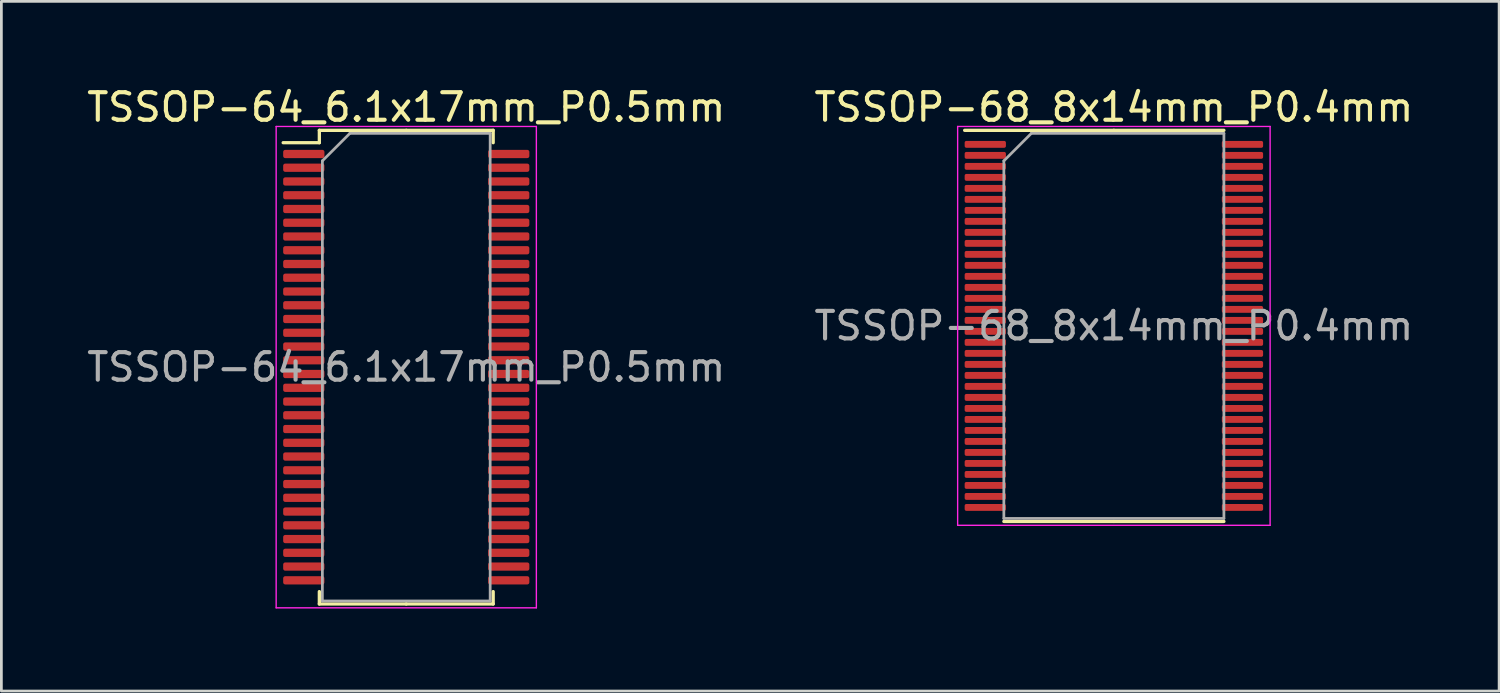
<source format=kicad_pcb>
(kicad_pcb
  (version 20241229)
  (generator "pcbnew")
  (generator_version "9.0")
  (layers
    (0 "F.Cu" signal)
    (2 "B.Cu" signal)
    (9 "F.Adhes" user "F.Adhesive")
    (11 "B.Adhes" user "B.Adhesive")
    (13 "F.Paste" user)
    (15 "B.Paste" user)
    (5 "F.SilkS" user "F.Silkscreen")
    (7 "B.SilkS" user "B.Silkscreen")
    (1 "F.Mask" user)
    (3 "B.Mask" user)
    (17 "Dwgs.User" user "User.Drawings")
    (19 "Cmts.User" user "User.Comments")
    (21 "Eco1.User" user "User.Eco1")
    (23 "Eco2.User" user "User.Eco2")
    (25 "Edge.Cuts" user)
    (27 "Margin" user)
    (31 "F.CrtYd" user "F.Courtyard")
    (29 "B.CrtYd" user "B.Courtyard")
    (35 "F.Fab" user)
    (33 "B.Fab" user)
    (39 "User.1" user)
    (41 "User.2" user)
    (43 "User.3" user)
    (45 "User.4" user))
  (footprint "TSSOP-68_8x14mm_P0.4mm"
    (layer "F.Cu")
    (at 37.446 8.798)
    (property "Reference" "TSSOP-68_8x14mm_P0.4mm" (at 0 -7.95 0) (layer "F.SilkS") (effects (font (size 1 1) (thickness 0.15))))
    (attr smd)
    (fp_line (start 0 -7.11) (end -5.425 -7.11) (stroke (width 0.12) (type solid)) (layer "F.SilkS"))
    (fp_line (start 0 -7.11) (end 4 -7.11) (stroke (width 0.12) (type solid)) (layer "F.SilkS"))
    (fp_line (start 0 7.11) (end -4 7.11) (stroke (width 0.12) (type solid)) (layer "F.SilkS"))
    (fp_line (start 0 7.11) (end 4 7.11) (stroke (width 0.12) (type solid)) (layer "F.SilkS"))
    (fp_line (start -5.68 -7.25) (end -5.68 7.25) (stroke (width 0.05) (type solid)) (layer "F.CrtYd"))
    (fp_line (start -5.68 7.25) (end 5.68 7.25) (stroke (width 0.05) (type solid)) (layer "F.CrtYd"))
    (fp_line (start 5.68 -7.25) (end -5.68 -7.25) (stroke (width 0.05) (type solid)) (layer "F.CrtYd"))
    (fp_line (start 5.68 7.25) (end 5.68 -7.25) (stroke (width 0.05) (type solid)) (layer "F.CrtYd"))
    (fp_line (start -4 -6) (end -3 -7) (stroke (width 0.1) (type solid)) (layer "F.Fab"))
    (fp_line (start -4 7) (end -4 -6) (stroke (width 0.1) (type solid)) (layer "F.Fab"))
    (fp_line (start -3 -7) (end 4 -7) (stroke (width 0.1) (type solid)) (layer "F.Fab"))
    (fp_line (start 4 -7) (end 4 7) (stroke (width 0.1) (type solid)) (layer "F.Fab"))
    (fp_line (start 4 7) (end -4 7) (stroke (width 0.1) (type solid)) (layer "F.Fab"))
    (fp_text user "${REFERENCE}" (at 0 0 0) (layer "F.Fab") (effects (font (size 1 1) (thickness 0.15))))
    (pad "1" smd roundrect (at -4.675 -6.6) (size 1.5 0.25) (layers "F.Cu" "F.Mask" "F.Paste") (roundrect_rratio 0.25))
    (pad "2" smd roundrect (at -4.675 -6.2) (size 1.5 0.25) (layers "F.Cu" "F.Mask" "F.Paste") (roundrect_rratio 0.25))
    (pad "3" smd roundrect (at -4.675 -5.8) (size 1.5 0.25) (layers "F.Cu" "F.Mask" "F.Paste") (roundrect_rratio 0.25))
    (pad "4" smd roundrect (at -4.675 -5.4) (size 1.5 0.25) (layers "F.Cu" "F.Mask" "F.Paste") (roundrect_rratio 0.25))
    (pad "5" smd roundrect (at -4.675 -5) (size 1.5 0.25) (layers "F.Cu" "F.Mask" "F.Paste") (roundrect_rratio 0.25))
    (pad "6" smd roundrect (at -4.675 -4.6) (size 1.5 0.25) (layers "F.Cu" "F.Mask" "F.Paste") (roundrect_rratio 0.25))
    (pad "7" smd roundrect (at -4.675 -4.2) (size 1.5 0.25) (layers "F.Cu" "F.Mask" "F.Paste") (roundrect_rratio 0.25))
    (pad "8" smd roundrect (at -4.675 -3.8) (size 1.5 0.25) (layers "F.Cu" "F.Mask" "F.Paste") (roundrect_rratio 0.25))
    (pad "9" smd roundrect (at -4.675 -3.4) (size 1.5 0.25) (layers "F.Cu" "F.Mask" "F.Paste") (roundrect_rratio 0.25))
    (pad "10" smd roundrect (at -4.675 -3) (size 1.5 0.25) (layers "F.Cu" "F.Mask" "F.Paste") (roundrect_rratio 0.25))
    (pad "11" smd roundrect (at -4.675 -2.6) (size 1.5 0.25) (layers "F.Cu" "F.Mask" "F.Paste") (roundrect_rratio 0.25))
    (pad "12" smd roundrect (at -4.675 -2.2) (size 1.5 0.25) (layers "F.Cu" "F.Mask" "F.Paste") (roundrect_rratio 0.25))
    (pad "13" smd roundrect (at -4.675 -1.8) (size 1.5 0.25) (layers "F.Cu" "F.Mask" "F.Paste") (roundrect_rratio 0.25))
    (pad "14" smd roundrect (at -4.675 -1.4) (size 1.5 0.25) (layers "F.Cu" "F.Mask" "F.Paste") (roundrect_rratio 0.25))
    (pad "15" smd roundrect (at -4.675 -1) (size 1.5 0.25) (layers "F.Cu" "F.Mask" "F.Paste") (roundrect_rratio 0.25))
    (pad "16" smd roundrect (at -4.675 -0.6) (size 1.5 0.25) (layers "F.Cu" "F.Mask" "F.Paste") (roundrect_rratio 0.25))
    (pad "17" smd roundrect (at -4.675 -0.2) (size 1.5 0.25) (layers "F.Cu" "F.Mask" "F.Paste") (roundrect_rratio 0.25))
    (pad "18" smd roundrect (at -4.675 0.2) (size 1.5 0.25) (layers "F.Cu" "F.Mask" "F.Paste") (roundrect_rratio 0.25))
    (pad "19" smd roundrect (at -4.675 0.6) (size 1.5 0.25) (layers "F.Cu" "F.Mask" "F.Paste") (roundrect_rratio 0.25))
    (pad "20" smd roundrect (at -4.675 1) (size 1.5 0.25) (layers "F.Cu" "F.Mask" "F.Paste") (roundrect_rratio 0.25))
    (pad "21" smd roundrect (at -4.675 1.4) (size 1.5 0.25) (layers "F.Cu" "F.Mask" "F.Paste") (roundrect_rratio 0.25))
    (pad "22" smd roundrect (at -4.675 1.8) (size 1.5 0.25) (layers "F.Cu" "F.Mask" "F.Paste") (roundrect_rratio 0.25))
    (pad "23" smd roundrect (at -4.675 2.2) (size 1.5 0.25) (layers "F.Cu" "F.Mask" "F.Paste") (roundrect_rratio 0.25))
    (pad "24" smd roundrect (at -4.675 2.6) (size 1.5 0.25) (layers "F.Cu" "F.Mask" "F.Paste") (roundrect_rratio 0.25))
    (pad "25" smd roundrect (at -4.675 3) (size 1.5 0.25) (layers "F.Cu" "F.Mask" "F.Paste") (roundrect_rratio 0.25))
    (pad "26" smd roundrect (at -4.675 3.4) (size 1.5 0.25) (layers "F.Cu" "F.Mask" "F.Paste") (roundrect_rratio 0.25))
    (pad "27" smd roundrect (at -4.675 3.8) (size 1.5 0.25) (layers "F.Cu" "F.Mask" "F.Paste") (roundrect_rratio 0.25))
    (pad "28" smd roundrect (at -4.675 4.2) (size 1.5 0.25) (layers "F.Cu" "F.Mask" "F.Paste") (roundrect_rratio 0.25))
    (pad "29" smd roundrect (at -4.675 4.6) (size 1.5 0.25) (layers "F.Cu" "F.Mask" "F.Paste") (roundrect_rratio 0.25))
    (pad "30" smd roundrect (at -4.675 5) (size 1.5 0.25) (layers "F.Cu" "F.Mask" "F.Paste") (roundrect_rratio 0.25))
    (pad "31" smd roundrect (at -4.675 5.4) (size 1.5 0.25) (layers "F.Cu" "F.Mask" "F.Paste") (roundrect_rratio 0.25))
    (pad "32" smd roundrect (at -4.675 5.8) (size 1.5 0.25) (layers "F.Cu" "F.Mask" "F.Paste") (roundrect_rratio 0.25))
    (pad "33" smd roundrect (at -4.675 6.2) (size 1.5 0.25) (layers "F.Cu" "F.Mask" "F.Paste") (roundrect_rratio 0.25))
    (pad "34" smd roundrect (at -4.675 6.6) (size 1.5 0.25) (layers "F.Cu" "F.Mask" "F.Paste") (roundrect_rratio 0.25))
    (pad "35" smd roundrect (at 4.675 6.6) (size 1.5 0.25) (layers "F.Cu" "F.Mask" "F.Paste") (roundrect_rratio 0.25))
    (pad "36" smd roundrect (at 4.675 6.2) (size 1.5 0.25) (layers "F.Cu" "F.Mask" "F.Paste") (roundrect_rratio 0.25))
    (pad "37" smd roundrect (at 4.675 5.8) (size 1.5 0.25) (layers "F.Cu" "F.Mask" "F.Paste") (roundrect_rratio 0.25))
    (pad "38" smd roundrect (at 4.675 5.4) (size 1.5 0.25) (layers "F.Cu" "F.Mask" "F.Paste") (roundrect_rratio 0.25))
    (pad "39" smd roundrect (at 4.675 5) (size 1.5 0.25) (layers "F.Cu" "F.Mask" "F.Paste") (roundrect_rratio 0.25))
    (pad "40" smd roundrect (at 4.675 4.6) (size 1.5 0.25) (layers "F.Cu" "F.Mask" "F.Paste") (roundrect_rratio 0.25))
    (pad "41" smd roundrect (at 4.675 4.2) (size 1.5 0.25) (layers "F.Cu" "F.Mask" "F.Paste") (roundrect_rratio 0.25))
    (pad "42" smd roundrect (at 4.675 3.8) (size 1.5 0.25) (layers "F.Cu" "F.Mask" "F.Paste") (roundrect_rratio 0.25))
    (pad "43" smd roundrect (at 4.675 3.4) (size 1.5 0.25) (layers "F.Cu" "F.Mask" "F.Paste") (roundrect_rratio 0.25))
    (pad "44" smd roundrect (at 4.675 3) (size 1.5 0.25) (layers "F.Cu" "F.Mask" "F.Paste") (roundrect_rratio 0.25))
    (pad "45" smd roundrect (at 4.675 2.6) (size 1.5 0.25) (layers "F.Cu" "F.Mask" "F.Paste") (roundrect_rratio 0.25))
    (pad "46" smd roundrect (at 4.675 2.2) (size 1.5 0.25) (layers "F.Cu" "F.Mask" "F.Paste") (roundrect_rratio 0.25))
    (pad "47" smd roundrect (at 4.675 1.8) (size 1.5 0.25) (layers "F.Cu" "F.Mask" "F.Paste") (roundrect_rratio 0.25))
    (pad "48" smd roundrect (at 4.675 1.4) (size 1.5 0.25) (layers "F.Cu" "F.Mask" "F.Paste") (roundrect_rratio 0.25))
    (pad "49" smd roundrect (at 4.675 1) (size 1.5 0.25) (layers "F.Cu" "F.Mask" "F.Paste") (roundrect_rratio 0.25))
    (pad "50" smd roundrect (at 4.675 0.6) (size 1.5 0.25) (layers "F.Cu" "F.Mask" "F.Paste") (roundrect_rratio 0.25))
    (pad "51" smd roundrect (at 4.675 0.2) (size 1.5 0.25) (layers "F.Cu" "F.Mask" "F.Paste") (roundrect_rratio 0.25))
    (pad "52" smd roundrect (at 4.675 -0.2) (size 1.5 0.25) (layers "F.Cu" "F.Mask" "F.Paste") (roundrect_rratio 0.25))
    (pad "53" smd roundrect (at 4.675 -0.6) (size 1.5 0.25) (layers "F.Cu" "F.Mask" "F.Paste") (roundrect_rratio 0.25))
    (pad "54" smd roundrect (at 4.675 -1) (size 1.5 0.25) (layers "F.Cu" "F.Mask" "F.Paste") (roundrect_rratio 0.25))
    (pad "55" smd roundrect (at 4.675 -1.4) (size 1.5 0.25) (layers "F.Cu" "F.Mask" "F.Paste") (roundrect_rratio 0.25))
    (pad "56" smd roundrect (at 4.675 -1.8) (size 1.5 0.25) (layers "F.Cu" "F.Mask" "F.Paste") (roundrect_rratio 0.25))
    (pad "57" smd roundrect (at 4.675 -2.2) (size 1.5 0.25) (layers "F.Cu" "F.Mask" "F.Paste") (roundrect_rratio 0.25))
    (pad "58" smd roundrect (at 4.675 -2.6) (size 1.5 0.25) (layers "F.Cu" "F.Mask" "F.Paste") (roundrect_rratio 0.25))
    (pad "59" smd roundrect (at 4.675 -3) (size 1.5 0.25) (layers "F.Cu" "F.Mask" "F.Paste") (roundrect_rratio 0.25))
    (pad "60" smd roundrect (at 4.675 -3.4) (size 1.5 0.25) (layers "F.Cu" "F.Mask" "F.Paste") (roundrect_rratio 0.25))
    (pad "61" smd roundrect (at 4.675 -3.8) (size 1.5 0.25) (layers "F.Cu" "F.Mask" "F.Paste") (roundrect_rratio 0.25))
    (pad "62" smd roundrect (at 4.675 -4.2) (size 1.5 0.25) (layers "F.Cu" "F.Mask" "F.Paste") (roundrect_rratio 0.25))
    (pad "63" smd roundrect (at 4.675 -4.6) (size 1.5 0.25) (layers "F.Cu" "F.Mask" "F.Paste") (roundrect_rratio 0.25))
    (pad "64" smd roundrect (at 4.675 -5) (size 1.5 0.25) (layers "F.Cu" "F.Mask" "F.Paste") (roundrect_rratio 0.25))
    (pad "65" smd roundrect (at 4.675 -5.4) (size 1.5 0.25) (layers "F.Cu" "F.Mask" "F.Paste") (roundrect_rratio 0.25))
    (pad "66" smd roundrect (at 4.675 -5.8) (size 1.5 0.25) (layers "F.Cu" "F.Mask" "F.Paste") (roundrect_rratio 0.25))
    (pad "67" smd roundrect (at 4.675 -6.2) (size 1.5 0.25) (layers "F.Cu" "F.Mask" "F.Paste") (roundrect_rratio 0.25))
    (pad "68" smd roundrect (at 4.675 -6.6) (size 1.5 0.25) (layers "F.Cu" "F.Mask" "F.Paste") (roundrect_rratio 0.25)))
  (footprint "TSSOP-64_6.1x17mm_P0.5mm"
    (layer "F.Cu")
    (at 11.72 10.298)
    (property "Reference" "TSSOP-64_6.1x17mm_P0.5mm" (at 0 -9.45 0) (layer "F.SilkS") (effects (font (size 1 1) (thickness 0.15))))
    (attr smd)
    (fp_line (start -3.16 -8.61) (end -3.16 -8.16) (stroke (width 0.12) (type solid)) (layer "F.SilkS"))
    (fp_line (start -3.16 -8.16) (end -4.475 -8.16) (stroke (width 0.12) (type solid)) (layer "F.SilkS"))
    (fp_line (start -3.16 8.61) (end -3.16 8.16) (stroke (width 0.12) (type solid)) (layer "F.SilkS"))
    (fp_line (start 0 -8.61) (end -3.16 -8.61) (stroke (width 0.12) (type solid)) (layer "F.SilkS"))
    (fp_line (start 0 -8.61) (end 3.16 -8.61) (stroke (width 0.12) (type solid)) (layer "F.SilkS"))
    (fp_line (start 0 8.61) (end -3.16 8.61) (stroke (width 0.12) (type solid)) (layer "F.SilkS"))
    (fp_line (start 0 8.61) (end 3.16 8.61) (stroke (width 0.12) (type solid)) (layer "F.SilkS"))
    (fp_line (start 3.16 -8.61) (end 3.16 -8.16) (stroke (width 0.12) (type solid)) (layer "F.SilkS"))
    (fp_line (start 3.16 8.61) (end 3.16 8.16) (stroke (width 0.12) (type solid)) (layer "F.SilkS"))
    (fp_line (start -4.73 -8.75) (end -4.73 8.75) (stroke (width 0.05) (type solid)) (layer "F.CrtYd"))
    (fp_line (start -4.73 8.75) (end 4.73 8.75) (stroke (width 0.05) (type solid)) (layer "F.CrtYd"))
    (fp_line (start 4.73 -8.75) (end -4.73 -8.75) (stroke (width 0.05) (type solid)) (layer "F.CrtYd"))
    (fp_line (start 4.73 8.75) (end 4.73 -8.75) (stroke (width 0.05) (type solid)) (layer "F.CrtYd"))
    (fp_line (start -3.05 -7.5) (end -2.05 -8.5) (stroke (width 0.1) (type solid)) (layer "F.Fab"))
    (fp_line (start -3.05 8.5) (end -3.05 -7.5) (stroke (width 0.1) (type solid)) (layer "F.Fab"))
    (fp_line (start -2.05 -8.5) (end 3.05 -8.5) (stroke (width 0.1) (type solid)) (layer "F.Fab"))
    (fp_line (start 3.05 -8.5) (end 3.05 8.5) (stroke (width 0.1) (type solid)) (layer "F.Fab"))
    (fp_line (start 3.05 8.5) (end -3.05 8.5) (stroke (width 0.1) (type solid)) (layer "F.Fab"))
    (fp_text user "${REFERENCE}" (at 0 0 0) (layer "F.Fab") (effects (font (size 1 1) (thickness 0.15))))
    (pad "1" smd roundrect (at -3.725 -7.75) (size 1.5 0.3) (layers "F.Cu" "F.Mask" "F.Paste") (roundrect_rratio 0.25))
    (pad "2" smd roundrect (at -3.725 -7.25) (size 1.5 0.3) (layers "F.Cu" "F.Mask" "F.Paste") (roundrect_rratio 0.25))
    (pad "3" smd roundrect (at -3.725 -6.75) (size 1.5 0.3) (layers "F.Cu" "F.Mask" "F.Paste") (roundrect_rratio 0.25))
    (pad "4" smd roundrect (at -3.725 -6.25) (size 1.5 0.3) (layers "F.Cu" "F.Mask" "F.Paste") (roundrect_rratio 0.25))
    (pad "5" smd roundrect (at -3.725 -5.75) (size 1.5 0.3) (layers "F.Cu" "F.Mask" "F.Paste") (roundrect_rratio 0.25))
    (pad "6" smd roundrect (at -3.725 -5.25) (size 1.5 0.3) (layers "F.Cu" "F.Mask" "F.Paste") (roundrect_rratio 0.25))
    (pad "7" smd roundrect (at -3.725 -4.75) (size 1.5 0.3) (layers "F.Cu" "F.Mask" "F.Paste") (roundrect_rratio 0.25))
    (pad "8" smd roundrect (at -3.725 -4.25) (size 1.5 0.3) (layers "F.Cu" "F.Mask" "F.Paste") (roundrect_rratio 0.25))
    (pad "9" smd roundrect (at -3.725 -3.75) (size 1.5 0.3) (layers "F.Cu" "F.Mask" "F.Paste") (roundrect_rratio 0.25))
    (pad "10" smd roundrect (at -3.725 -3.25) (size 1.5 0.3) (layers "F.Cu" "F.Mask" "F.Paste") (roundrect_rratio 0.25))
    (pad "11" smd roundrect (at -3.725 -2.75) (size 1.5 0.3) (layers "F.Cu" "F.Mask" "F.Paste") (roundrect_rratio 0.25))
    (pad "12" smd roundrect (at -3.725 -2.25) (size 1.5 0.3) (layers "F.Cu" "F.Mask" "F.Paste") (roundrect_rratio 0.25))
    (pad "13" smd roundrect (at -3.725 -1.75) (size 1.5 0.3) (layers "F.Cu" "F.Mask" "F.Paste") (roundrect_rratio 0.25))
    (pad "14" smd roundrect (at -3.725 -1.25) (size 1.5 0.3) (layers "F.Cu" "F.Mask" "F.Paste") (roundrect_rratio 0.25))
    (pad "15" smd roundrect (at -3.725 -0.75) (size 1.5 0.3) (layers "F.Cu" "F.Mask" "F.Paste") (roundrect_rratio 0.25))
    (pad "16" smd roundrect (at -3.725 -0.25) (size 1.5 0.3) (layers "F.Cu" "F.Mask" "F.Paste") (roundrect_rratio 0.25))
    (pad "17" smd roundrect (at -3.725 0.25) (size 1.5 0.3) (layers "F.Cu" "F.Mask" "F.Paste") (roundrect_rratio 0.25))
    (pad "18" smd roundrect (at -3.725 0.75) (size 1.5 0.3) (layers "F.Cu" "F.Mask" "F.Paste") (roundrect_rratio 0.25))
    (pad "19" smd roundrect (at -3.725 1.25) (size 1.5 0.3) (layers "F.Cu" "F.Mask" "F.Paste") (roundrect_rratio 0.25))
    (pad "20" smd roundrect (at -3.725 1.75) (size 1.5 0.3) (layers "F.Cu" "F.Mask" "F.Paste") (roundrect_rratio 0.25))
    (pad "21" smd roundrect (at -3.725 2.25) (size 1.5 0.3) (layers "F.Cu" "F.Mask" "F.Paste") (roundrect_rratio 0.25))
    (pad "22" smd roundrect (at -3.725 2.75) (size 1.5 0.3) (layers "F.Cu" "F.Mask" "F.Paste") (roundrect_rratio 0.25))
    (pad "23" smd roundrect (at -3.725 3.25) (size 1.5 0.3) (layers "F.Cu" "F.Mask" "F.Paste") (roundrect_rratio 0.25))
    (pad "24" smd roundrect (at -3.725 3.75) (size 1.5 0.3) (layers "F.Cu" "F.Mask" "F.Paste") (roundrect_rratio 0.25))
    (pad "25" smd roundrect (at -3.725 4.25) (size 1.5 0.3) (layers "F.Cu" "F.Mask" "F.Paste") (roundrect_rratio 0.25))
    (pad "26" smd roundrect (at -3.725 4.75) (size 1.5 0.3) (layers "F.Cu" "F.Mask" "F.Paste") (roundrect_rratio 0.25))
    (pad "27" smd roundrect (at -3.725 5.25) (size 1.5 0.3) (layers "F.Cu" "F.Mask" "F.Paste") (roundrect_rratio 0.25))
    (pad "28" smd roundrect (at -3.725 5.75) (size 1.5 0.3) (layers "F.Cu" "F.Mask" "F.Paste") (roundrect_rratio 0.25))
    (pad "29" smd roundrect (at -3.725 6.25) (size 1.5 0.3) (layers "F.Cu" "F.Mask" "F.Paste") (roundrect_rratio 0.25))
    (pad "30" smd roundrect (at -3.725 6.75) (size 1.5 0.3) (layers "F.Cu" "F.Mask" "F.Paste") (roundrect_rratio 0.25))
    (pad "31" smd roundrect (at -3.725 7.25) (size 1.5 0.3) (layers "F.Cu" "F.Mask" "F.Paste") (roundrect_rratio 0.25))
    (pad "32" smd roundrect (at -3.725 7.75) (size 1.5 0.3) (layers "F.Cu" "F.Mask" "F.Paste") (roundrect_rratio 0.25))
    (pad "33" smd roundrect (at 3.725 7.75) (size 1.5 0.3) (layers "F.Cu" "F.Mask" "F.Paste") (roundrect_rratio 0.25))
    (pad "34" smd roundrect (at 3.725 7.25) (size 1.5 0.3) (layers "F.Cu" "F.Mask" "F.Paste") (roundrect_rratio 0.25))
    (pad "35" smd roundrect (at 3.725 6.75) (size 1.5 0.3) (layers "F.Cu" "F.Mask" "F.Paste") (roundrect_rratio 0.25))
    (pad "36" smd roundrect (at 3.725 6.25) (size 1.5 0.3) (layers "F.Cu" "F.Mask" "F.Paste") (roundrect_rratio 0.25))
    (pad "37" smd roundrect (at 3.725 5.75) (size 1.5 0.3) (layers "F.Cu" "F.Mask" "F.Paste") (roundrect_rratio 0.25))
    (pad "38" smd roundrect (at 3.725 5.25) (size 1.5 0.3) (layers "F.Cu" "F.Mask" "F.Paste") (roundrect_rratio 0.25))
    (pad "39" smd roundrect (at 3.725 4.75) (size 1.5 0.3) (layers "F.Cu" "F.Mask" "F.Paste") (roundrect_rratio 0.25))
    (pad "40" smd roundrect (at 3.725 4.25) (size 1.5 0.3) (layers "F.Cu" "F.Mask" "F.Paste") (roundrect_rratio 0.25))
    (pad "41" smd roundrect (at 3.725 3.75) (size 1.5 0.3) (layers "F.Cu" "F.Mask" "F.Paste") (roundrect_rratio 0.25))
    (pad "42" smd roundrect (at 3.725 3.25) (size 1.5 0.3) (layers "F.Cu" "F.Mask" "F.Paste") (roundrect_rratio 0.25))
    (pad "43" smd roundrect (at 3.725 2.75) (size 1.5 0.3) (layers "F.Cu" "F.Mask" "F.Paste") (roundrect_rratio 0.25))
    (pad "44" smd roundrect (at 3.725 2.25) (size 1.5 0.3) (layers "F.Cu" "F.Mask" "F.Paste") (roundrect_rratio 0.25))
    (pad "45" smd roundrect (at 3.725 1.75) (size 1.5 0.3) (layers "F.Cu" "F.Mask" "F.Paste") (roundrect_rratio 0.25))
    (pad "46" smd roundrect (at 3.725 1.25) (size 1.5 0.3) (layers "F.Cu" "F.Mask" "F.Paste") (roundrect_rratio 0.25))
    (pad "47" smd roundrect (at 3.725 0.75) (size 1.5 0.3) (layers "F.Cu" "F.Mask" "F.Paste") (roundrect_rratio 0.25))
    (pad "48" smd roundrect (at 3.725 0.25) (size 1.5 0.3) (layers "F.Cu" "F.Mask" "F.Paste") (roundrect_rratio 0.25))
    (pad "49" smd roundrect (at 3.725 -0.25) (size 1.5 0.3) (layers "F.Cu" "F.Mask" "F.Paste") (roundrect_rratio 0.25))
    (pad "50" smd roundrect (at 3.725 -0.75) (size 1.5 0.3) (layers "F.Cu" "F.Mask" "F.Paste") (roundrect_rratio 0.25))
    (pad "51" smd roundrect (at 3.725 -1.25) (size 1.5 0.3) (layers "F.Cu" "F.Mask" "F.Paste") (roundrect_rratio 0.25))
    (pad "52" smd roundrect (at 3.725 -1.75) (size 1.5 0.3) (layers "F.Cu" "F.Mask" "F.Paste") (roundrect_rratio 0.25))
    (pad "53" smd roundrect (at 3.725 -2.25) (size 1.5 0.3) (layers "F.Cu" "F.Mask" "F.Paste") (roundrect_rratio 0.25))
    (pad "54" smd roundrect (at 3.725 -2.75) (size 1.5 0.3) (layers "F.Cu" "F.Mask" "F.Paste") (roundrect_rratio 0.25))
    (pad "55" smd roundrect (at 3.725 -3.25) (size 1.5 0.3) (layers "F.Cu" "F.Mask" "F.Paste") (roundrect_rratio 0.25))
    (pad "56" smd roundrect (at 3.725 -3.75) (size 1.5 0.3) (layers "F.Cu" "F.Mask" "F.Paste") (roundrect_rratio 0.25))
    (pad "57" smd roundrect (at 3.725 -4.25) (size 1.5 0.3) (layers "F.Cu" "F.Mask" "F.Paste") (roundrect_rratio 0.25))
    (pad "58" smd roundrect (at 3.725 -4.75) (size 1.5 0.3) (layers "F.Cu" "F.Mask" "F.Paste") (roundrect_rratio 0.25))
    (pad "59" smd roundrect (at 3.725 -5.25) (size 1.5 0.3) (layers "F.Cu" "F.Mask" "F.Paste") (roundrect_rratio 0.25))
    (pad "60" smd roundrect (at 3.725 -5.75) (size 1.5 0.3) (layers "F.Cu" "F.Mask" "F.Paste") (roundrect_rratio 0.25))
    (pad "61" smd roundrect (at 3.725 -6.25) (size 1.5 0.3) (layers "F.Cu" "F.Mask" "F.Paste") (roundrect_rratio 0.25))
    (pad "62" smd roundrect (at 3.725 -6.75) (size 1.5 0.3) (layers "F.Cu" "F.Mask" "F.Paste") (roundrect_rratio 0.25))
    (pad "63" smd roundrect (at 3.725 -7.25) (size 1.5 0.3) (layers "F.Cu" "F.Mask" "F.Paste") (roundrect_rratio 0.25))
    (pad "64" smd roundrect (at 3.725 -7.75) (size 1.5 0.3) (layers "F.Cu" "F.Mask" "F.Paste") (roundrect_rratio 0.25)))
  (gr_rect
    (start -3 -3)
    (end 51.452 22.073)
    (stroke (width 0.1) (type default))
    (fill no)
    (layer "Edge.Cuts")))
</source>
